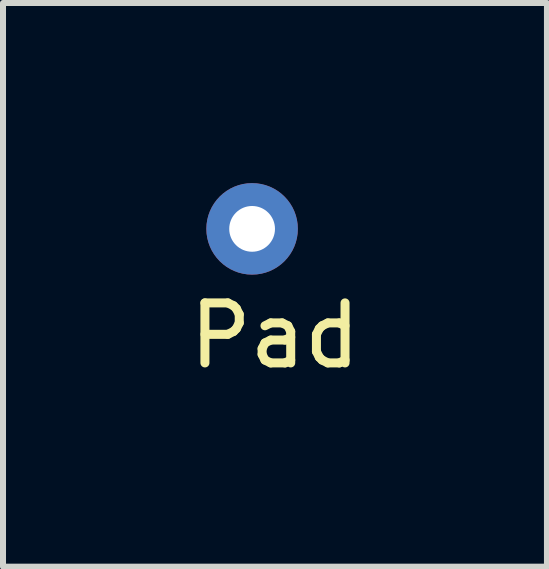
<source format=kicad_pcb>
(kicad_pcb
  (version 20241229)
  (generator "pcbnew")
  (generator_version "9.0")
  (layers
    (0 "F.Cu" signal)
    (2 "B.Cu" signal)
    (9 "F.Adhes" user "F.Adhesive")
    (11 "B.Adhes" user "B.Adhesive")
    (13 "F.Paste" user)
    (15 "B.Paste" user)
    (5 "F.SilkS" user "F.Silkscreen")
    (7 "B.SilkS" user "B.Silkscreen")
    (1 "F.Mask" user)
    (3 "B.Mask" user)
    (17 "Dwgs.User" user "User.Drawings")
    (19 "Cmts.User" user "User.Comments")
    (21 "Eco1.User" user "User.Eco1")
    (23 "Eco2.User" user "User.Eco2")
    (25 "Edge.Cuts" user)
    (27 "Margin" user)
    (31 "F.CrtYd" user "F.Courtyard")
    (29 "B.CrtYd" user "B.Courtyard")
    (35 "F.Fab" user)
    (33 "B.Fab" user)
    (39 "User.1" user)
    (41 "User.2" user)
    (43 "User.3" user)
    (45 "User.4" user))
  (footprint "Pad"
    (layer "F.Cu")
    (at 1.149 0.762)
    (property "Reference" "Pad" (at 0.381 1.778 0) (layer "F.SilkS") (effects (font (size 1 1) (thickness 0.15))))
    (attr through_hole)
    (pad "1" thru_hole circle (at 0 0) (size 1.524 1.524) (drill 0.762) (layers "*.Cu" "*.Mask")))
  (gr_rect
    (start -3 -3)
    (end 6.06 6.388)
    (stroke (width 0.1) (type default))
    (fill no)
    (layer "Edge.Cuts")))
</source>
